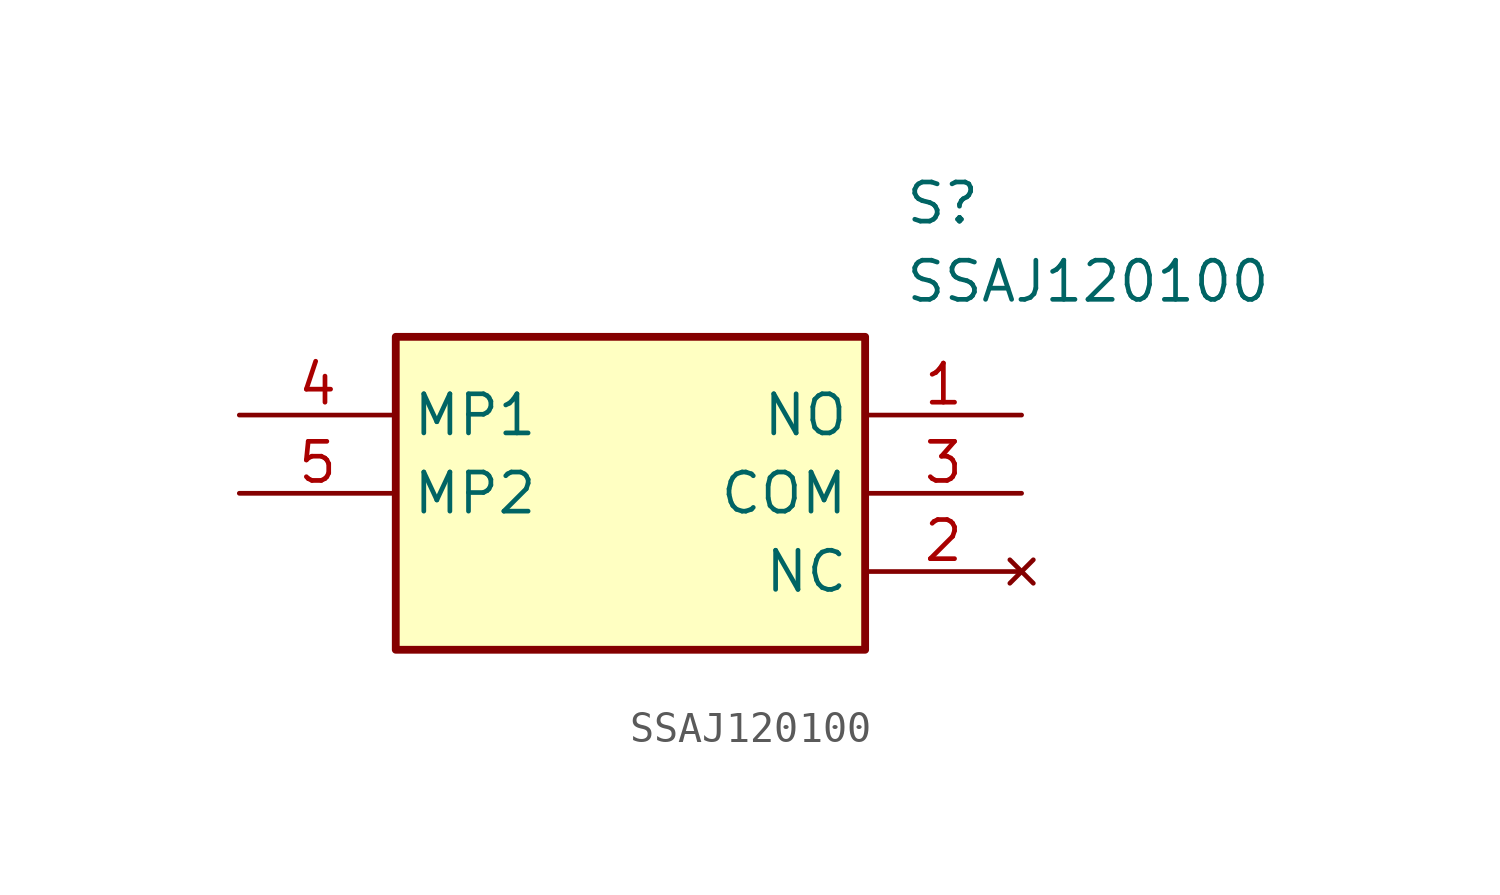
<source format=kicad_sym>
(kicad_symbol_lib
  (version 20211014)
  (generator SamacSys_ECAD_Model)
  (symbol "SSAJ120100"
    (property "Reference" "S"
      (at 21.59 7.62 0)
      (effects (font (size 1.27 1.27)) (justify left top)))
    (property "Value" "SSAJ120100"
      (at 21.59 5.08 0)
      (effects (font (size 1.27 1.27)) (justify left top)))
    (rectangle
      (start 5.08 2.54)
      (end 20.32 -7.62)
      (stroke (width 0.254) (type default))
      (fill (type background)))
    (pin passive line
      (at 25.4 0 180)
      (length 5.08)
      (name "NO" (effects (font (size 1.27 1.27))))
      (number "1" (effects (font (size 1.27 1.27)))))
    (pin no_connect line
      (at 25.4 -5.08 180)
      (length 5.08)
      (name "NC" (effects (font (size 1.27 1.27))))
      (number "2" (effects (font (size 1.27 1.27)))))
    (pin passive line
      (at 25.4 -2.54 180)
      (length 5.08)
      (name "COM" (effects (font (size 1.27 1.27))))
      (number "3" (effects (font (size 1.27 1.27)))))
    (pin passive line
      (at 0 0 0)
      (length 5.08)
      (name "MP1" (effects (font (size 1.27 1.27))))
      (number "4" (effects (font (size 1.27 1.27)))))
    (pin passive line
      (at 0 -2.54 0)
      (length 5.08)
      (name "MP2" (effects (font (size 1.27 1.27))))
      (number "5" (effects (font (size 1.27 1.27)))))))
</source>
